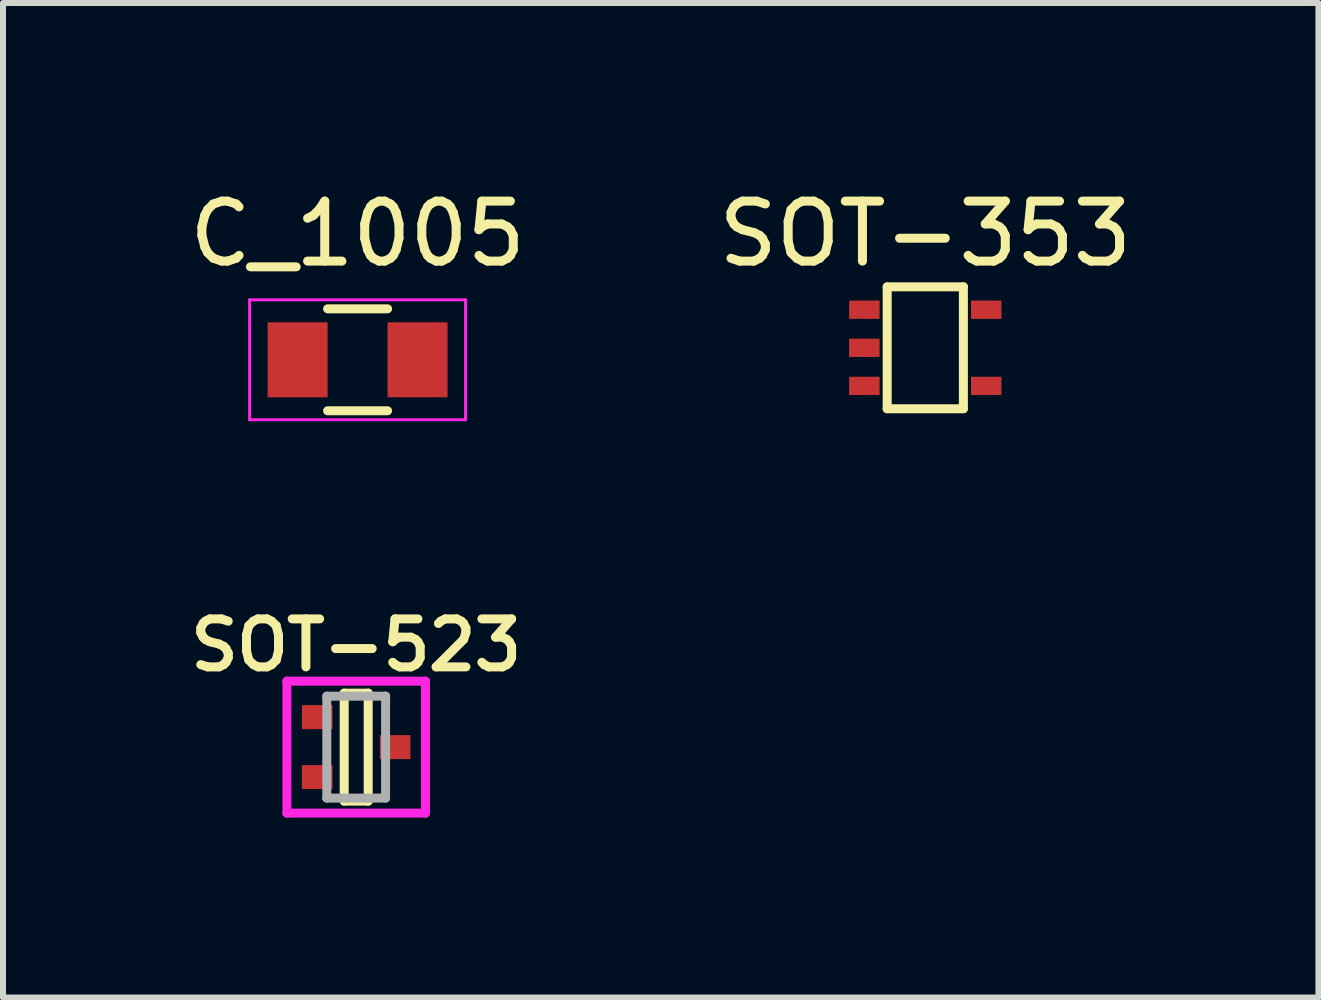
<source format=kicad_pcb>
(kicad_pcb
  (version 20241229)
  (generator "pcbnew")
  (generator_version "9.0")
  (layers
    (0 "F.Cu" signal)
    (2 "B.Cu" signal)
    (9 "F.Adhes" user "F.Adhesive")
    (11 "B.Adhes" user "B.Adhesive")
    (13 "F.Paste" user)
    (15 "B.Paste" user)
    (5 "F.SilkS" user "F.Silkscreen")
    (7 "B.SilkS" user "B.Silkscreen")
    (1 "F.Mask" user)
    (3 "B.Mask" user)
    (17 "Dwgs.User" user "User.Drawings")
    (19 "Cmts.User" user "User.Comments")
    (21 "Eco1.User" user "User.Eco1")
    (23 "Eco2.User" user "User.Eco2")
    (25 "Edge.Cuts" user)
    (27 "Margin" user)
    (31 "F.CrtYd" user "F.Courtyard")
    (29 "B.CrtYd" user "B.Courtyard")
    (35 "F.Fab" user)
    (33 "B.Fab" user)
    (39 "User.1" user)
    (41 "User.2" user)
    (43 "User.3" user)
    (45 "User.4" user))
  (footprint "SOT-523"
    (layer "F.Cu")
    (at 2.888 9.405)
    (property "Reference" "SOT-523" (at 0 -1.7 0) (layer "F.SilkS") (effects (font (size 0.8 0.8) (thickness 0.15))))
    (attr smd)
    (fp_line (start -0.2 -0.9) (end -0.2 0.9) (stroke (width 0.15) (type solid)) (layer "F.SilkS"))
    (fp_line (start -0.2 0.9) (end 0.2 0.9) (stroke (width 0.15) (type solid)) (layer "F.SilkS"))
    (fp_line (start 0.2 -0.9) (end -0.2 -0.9) (stroke (width 0.15) (type solid)) (layer "F.SilkS"))
    (fp_line (start 0.2 0.9) (end 0.2 -0.9) (stroke (width 0.15) (type solid)) (layer "F.SilkS"))
    (fp_line (start -1.155 -1.1) (end 1.155 -1.1) (stroke (width 0.15) (type solid)) (layer "F.CrtYd"))
    (fp_line (start -1.155 1.1) (end -1.155 -1.1) (stroke (width 0.15) (type solid)) (layer "F.CrtYd"))
    (fp_line (start 1.155 -1.1) (end 1.155 1.1) (stroke (width 0.15) (type solid)) (layer "F.CrtYd"))
    (fp_line (start 1.155 1.1) (end -1.155 1.1) (stroke (width 0.15) (type solid)) (layer "F.CrtYd"))
    (fp_line (start -0.49 -0.85) (end 0.49 -0.85) (stroke (width 0.15) (type solid)) (layer "F.Fab"))
    (fp_line (start -0.49 0.85) (end -0.49 -0.85) (stroke (width 0.15) (type solid)) (layer "F.Fab"))
    (fp_line (start 0.49 -0.85) (end 0.49 0.85) (stroke (width 0.15) (type solid)) (layer "F.Fab"))
    (fp_line (start 0.49 0.85) (end -0.49 0.85) (stroke (width 0.15) (type solid)) (layer "F.Fab"))
    (pad "1" smd rect (at -0.65 -0.5 180) (size 0.51 0.4) (layers "F.Cu" "F.Mask" "F.Paste"))
    (pad "2" smd rect (at -0.65 0.5 180) (size 0.51 0.4) (layers "F.Cu" "F.Mask" "F.Paste"))
    (pad "3" smd rect (at 0.65 0 180) (size 0.51 0.4) (layers "F.Cu" "F.Mask" "F.Paste")))
  (footprint "C_1005"
    (layer "F.Cu")
    (at 2.911 2.948)
    (property "Reference" "C_1005" (at 0 -2.1 0) (layer "F.SilkS") (effects (font (size 1 1) (thickness 0.15))))
    (attr smd)
    (fp_line (start -0.5 0.85) (end 0.5 0.85) (stroke (width 0.15) (type solid)) (layer "F.SilkS"))
    (fp_line (start 0.5 -0.85) (end -0.5 -0.85) (stroke (width 0.15) (type solid)) (layer "F.SilkS"))
    (fp_line (start -1.8 -1) (end -1.8 1) (stroke (width 0.05) (type solid)) (layer "F.CrtYd"))
    (fp_line (start -1.8 -1) (end 1.8 -1) (stroke (width 0.05) (type solid)) (layer "F.CrtYd"))
    (fp_line (start -1.8 1) (end 1.8 1) (stroke (width 0.05) (type solid)) (layer "F.CrtYd"))
    (fp_line (start 1.8 -1) (end 1.8 1) (stroke (width 0.05) (type solid)) (layer "F.CrtYd"))
    (pad "1" smd rect (at -1 0) (size 1 1.25) (layers "F.Cu" "F.Mask" "F.Paste"))
    (pad "2" smd rect (at 1 0) (size 1 1.25) (layers "F.Cu" "F.Mask" "F.Paste")))
  (footprint "SOT-353"
    (layer "F.Cu")
    (at 12.375 2.748)
    (property "Reference" "SOT-353" (at 0 -1.9 180) (layer "F.SilkS") (effects (font (size 1 1) (thickness 0.15))))
    (attr smd)
    (fp_line (start -0.635 -1.016) (end -0.635 1.016) (stroke (width 0.15) (type solid)) (layer "F.SilkS"))
    (fp_line (start -0.635 1.016) (end 0.635 1.016) (stroke (width 0.15) (type solid)) (layer "F.SilkS"))
    (fp_line (start 0.635 -1.016) (end -0.635 -1.016) (stroke (width 0.15) (type solid)) (layer "F.SilkS"))
    (fp_line (start 0.635 1.016) (end 0.635 -1.016) (stroke (width 0.15) (type solid)) (layer "F.SilkS"))
    (pad "1" smd rect (at -1.016 -0.635) (size 0.508 0.305) (layers "F.Cu" "F.Mask" "F.Paste"))
    (pad "2" smd rect (at -1.016 0) (size 0.508 0.305) (layers "F.Cu" "F.Mask" "F.Paste"))
    (pad "3" smd rect (at -1.016 0.635) (size 0.508 0.305) (layers "F.Cu" "F.Mask" "F.Paste"))
    (pad "4" smd rect (at 1.016 0.635) (size 0.508 0.305) (layers "F.Cu" "F.Mask" "F.Paste"))
    (pad "5" smd rect (at 1.016 -0.635) (size 0.508 0.305) (layers "F.Cu" "F.Mask" "F.Paste")))
  (gr_rect
    (start -3 -3)
    (end 18.929 13.579)
    (stroke (width 0.1) (type default))
    (fill no)
    (layer "Edge.Cuts")))
</source>
